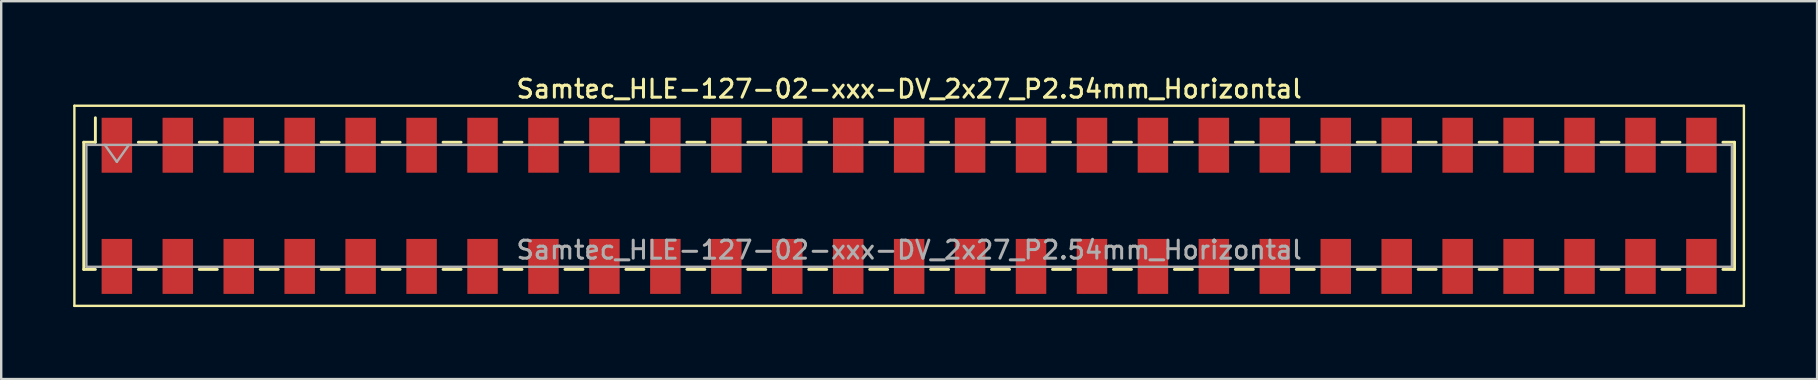
<source format=kicad_pcb>
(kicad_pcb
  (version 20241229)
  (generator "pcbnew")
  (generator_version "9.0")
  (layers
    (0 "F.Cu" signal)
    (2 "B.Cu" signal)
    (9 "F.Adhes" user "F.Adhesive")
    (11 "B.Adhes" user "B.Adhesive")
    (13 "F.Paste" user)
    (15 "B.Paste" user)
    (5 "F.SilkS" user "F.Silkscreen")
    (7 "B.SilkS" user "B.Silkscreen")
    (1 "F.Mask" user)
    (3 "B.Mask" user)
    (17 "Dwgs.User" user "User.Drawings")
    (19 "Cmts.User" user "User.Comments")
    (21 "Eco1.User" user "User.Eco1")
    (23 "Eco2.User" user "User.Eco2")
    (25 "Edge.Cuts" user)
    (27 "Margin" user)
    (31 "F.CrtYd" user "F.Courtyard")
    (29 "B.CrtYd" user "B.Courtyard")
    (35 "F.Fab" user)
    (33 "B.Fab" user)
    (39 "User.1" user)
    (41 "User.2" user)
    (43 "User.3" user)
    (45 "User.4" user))
  (footprint "Samtec_HLE-127-02-xxx-DV_2x27_P2.54mm_Horizontal"
    (layer "F.Cu")
    (at 34.84 5.528)
    (property "Reference" "Samtec_HLE-127-02-xxx-DV_2x27_P2.54mm_Horizontal" (at 0 -4.87 0) (layer "F.SilkS") (effects (font (size 0.75 0.75) (thickness 0.125))))
    (attr smd)
    (fp_line (start -34.79 -4.17) (end 34.79 -4.17) (stroke (width 0.1) (type solid)) (layer "F.SilkS"))
    (fp_line (start -34.79 4.17) (end -34.79 -4.17) (stroke (width 0.1) (type solid)) (layer "F.SilkS"))
    (fp_line (start -34.4 -2.65) (end -34.4 2.65) (stroke (width 0.12) (type solid)) (layer "F.SilkS"))
    (fp_line (start -34.4 2.65) (end -33.915 2.65) (stroke (width 0.12) (type solid)) (layer "F.SilkS"))
    (fp_line (start -33.915 -3.67) (end -33.915 -2.65) (stroke (width 0.12) (type solid)) (layer "F.SilkS"))
    (fp_line (start -33.915 -2.65) (end -34.4 -2.65) (stroke (width 0.12) (type solid)) (layer "F.SilkS"))
    (fp_line (start -32.125 -2.65) (end -31.375 -2.65) (stroke (width 0.12) (type solid)) (layer "F.SilkS"))
    (fp_line (start -32.125 2.65) (end -31.375 2.65) (stroke (width 0.12) (type solid)) (layer "F.SilkS"))
    (fp_line (start -29.585 -2.65) (end -28.835 -2.65) (stroke (width 0.12) (type solid)) (layer "F.SilkS"))
    (fp_line (start -29.585 2.65) (end -28.835 2.65) (stroke (width 0.12) (type solid)) (layer "F.SilkS"))
    (fp_line (start -27.045 -2.65) (end -26.295 -2.65) (stroke (width 0.12) (type solid)) (layer "F.SilkS"))
    (fp_line (start -27.045 2.65) (end -26.295 2.65) (stroke (width 0.12) (type solid)) (layer "F.SilkS"))
    (fp_line (start -24.505 -2.65) (end -23.755 -2.65) (stroke (width 0.12) (type solid)) (layer "F.SilkS"))
    (fp_line (start -24.505 2.65) (end -23.755 2.65) (stroke (width 0.12) (type solid)) (layer "F.SilkS"))
    (fp_line (start -21.965 -2.65) (end -21.215 -2.65) (stroke (width 0.12) (type solid)) (layer "F.SilkS"))
    (fp_line (start -21.965 2.65) (end -21.215 2.65) (stroke (width 0.12) (type solid)) (layer "F.SilkS"))
    (fp_line (start -19.425 -2.65) (end -18.675 -2.65) (stroke (width 0.12) (type solid)) (layer "F.SilkS"))
    (fp_line (start -19.425 2.65) (end -18.675 2.65) (stroke (width 0.12) (type solid)) (layer "F.SilkS"))
    (fp_line (start -16.885 -2.65) (end -16.135 -2.65) (stroke (width 0.12) (type solid)) (layer "F.SilkS"))
    (fp_line (start -16.885 2.65) (end -16.135 2.65) (stroke (width 0.12) (type solid)) (layer "F.SilkS"))
    (fp_line (start -14.345 -2.65) (end -13.595 -2.65) (stroke (width 0.12) (type solid)) (layer "F.SilkS"))
    (fp_line (start -14.345 2.65) (end -13.595 2.65) (stroke (width 0.12) (type solid)) (layer "F.SilkS"))
    (fp_line (start -11.805 -2.65) (end -11.055 -2.65) (stroke (width 0.12) (type solid)) (layer "F.SilkS"))
    (fp_line (start -11.805 2.65) (end -11.055 2.65) (stroke (width 0.12) (type solid)) (layer "F.SilkS"))
    (fp_line (start -9.265 -2.65) (end -8.515 -2.65) (stroke (width 0.12) (type solid)) (layer "F.SilkS"))
    (fp_line (start -9.265 2.65) (end -8.515 2.65) (stroke (width 0.12) (type solid)) (layer "F.SilkS"))
    (fp_line (start -6.725 -2.65) (end -5.975 -2.65) (stroke (width 0.12) (type solid)) (layer "F.SilkS"))
    (fp_line (start -6.725 2.65) (end -5.975 2.65) (stroke (width 0.12) (type solid)) (layer "F.SilkS"))
    (fp_line (start -4.185 -2.65) (end -3.435 -2.65) (stroke (width 0.12) (type solid)) (layer "F.SilkS"))
    (fp_line (start -4.185 2.65) (end -3.435 2.65) (stroke (width 0.12) (type solid)) (layer "F.SilkS"))
    (fp_line (start -1.645 -2.65) (end -0.895 -2.65) (stroke (width 0.12) (type solid)) (layer "F.SilkS"))
    (fp_line (start -1.645 2.65) (end -0.895 2.65) (stroke (width 0.12) (type solid)) (layer "F.SilkS"))
    (fp_line (start 0.895 -2.65) (end 1.645 -2.65) (stroke (width 0.12) (type solid)) (layer "F.SilkS"))
    (fp_line (start 0.895 2.65) (end 1.645 2.65) (stroke (width 0.12) (type solid)) (layer "F.SilkS"))
    (fp_line (start 3.435 -2.65) (end 4.185 -2.65) (stroke (width 0.12) (type solid)) (layer "F.SilkS"))
    (fp_line (start 3.435 2.65) (end 4.185 2.65) (stroke (width 0.12) (type solid)) (layer "F.SilkS"))
    (fp_line (start 5.975 -2.65) (end 6.725 -2.65) (stroke (width 0.12) (type solid)) (layer "F.SilkS"))
    (fp_line (start 5.975 2.65) (end 6.725 2.65) (stroke (width 0.12) (type solid)) (layer "F.SilkS"))
    (fp_line (start 8.515 -2.65) (end 9.265 -2.65) (stroke (width 0.12) (type solid)) (layer "F.SilkS"))
    (fp_line (start 8.515 2.65) (end 9.265 2.65) (stroke (width 0.12) (type solid)) (layer "F.SilkS"))
    (fp_line (start 11.055 -2.65) (end 11.805 -2.65) (stroke (width 0.12) (type solid)) (layer "F.SilkS"))
    (fp_line (start 11.055 2.65) (end 11.805 2.65) (stroke (width 0.12) (type solid)) (layer "F.SilkS"))
    (fp_line (start 13.595 -2.65) (end 14.345 -2.65) (stroke (width 0.12) (type solid)) (layer "F.SilkS"))
    (fp_line (start 13.595 2.65) (end 14.345 2.65) (stroke (width 0.12) (type solid)) (layer "F.SilkS"))
    (fp_line (start 16.135 -2.65) (end 16.885 -2.65) (stroke (width 0.12) (type solid)) (layer "F.SilkS"))
    (fp_line (start 16.135 2.65) (end 16.885 2.65) (stroke (width 0.12) (type solid)) (layer "F.SilkS"))
    (fp_line (start 18.675 -2.65) (end 19.425 -2.65) (stroke (width 0.12) (type solid)) (layer "F.SilkS"))
    (fp_line (start 18.675 2.65) (end 19.425 2.65) (stroke (width 0.12) (type solid)) (layer "F.SilkS"))
    (fp_line (start 21.215 -2.65) (end 21.965 -2.65) (stroke (width 0.12) (type solid)) (layer "F.SilkS"))
    (fp_line (start 21.215 2.65) (end 21.965 2.65) (stroke (width 0.12) (type solid)) (layer "F.SilkS"))
    (fp_line (start 23.755 -2.65) (end 24.505 -2.65) (stroke (width 0.12) (type solid)) (layer "F.SilkS"))
    (fp_line (start 23.755 2.65) (end 24.505 2.65) (stroke (width 0.12) (type solid)) (layer "F.SilkS"))
    (fp_line (start 26.295 -2.65) (end 27.045 -2.65) (stroke (width 0.12) (type solid)) (layer "F.SilkS"))
    (fp_line (start 26.295 2.65) (end 27.045 2.65) (stroke (width 0.12) (type solid)) (layer "F.SilkS"))
    (fp_line (start 28.835 -2.65) (end 29.585 -2.65) (stroke (width 0.12) (type solid)) (layer "F.SilkS"))
    (fp_line (start 28.835 2.65) (end 29.585 2.65) (stroke (width 0.12) (type solid)) (layer "F.SilkS"))
    (fp_line (start 31.375 -2.65) (end 32.125 -2.65) (stroke (width 0.12) (type solid)) (layer "F.SilkS"))
    (fp_line (start 31.375 2.65) (end 32.125 2.65) (stroke (width 0.12) (type solid)) (layer "F.SilkS"))
    (fp_line (start 33.915 -2.65) (end 34.4 -2.65) (stroke (width 0.12) (type solid)) (layer "F.SilkS"))
    (fp_line (start 34.4 -2.65) (end 34.4 2.65) (stroke (width 0.12) (type solid)) (layer "F.SilkS"))
    (fp_line (start 34.4 2.65) (end 33.915 2.65) (stroke (width 0.12) (type solid)) (layer "F.SilkS"))
    (fp_line (start 34.79 -4.17) (end 34.79 4.17) (stroke (width 0.1) (type solid)) (layer "F.SilkS"))
    (fp_line (start 34.79 4.17) (end -34.79 4.17) (stroke (width 0.1) (type solid)) (layer "F.SilkS"))
    (fp_line (start -34.29 -2.54) (end 34.29 -2.54) (stroke (width 0.1) (type solid)) (layer "F.Fab"))
    (fp_line (start -34.29 2.54) (end -34.29 -2.54) (stroke (width 0.1) (type solid)) (layer "F.Fab"))
    (fp_line (start -33.52 -2.54) (end -33.02 -1.833) (stroke (width 0.1) (type solid)) (layer "F.Fab"))
    (fp_line (start -33.02 -1.833) (end -32.52 -2.54) (stroke (width 0.1) (type solid)) (layer "F.Fab"))
    (fp_line (start 34.29 -2.54) (end 34.29 2.54) (stroke (width 0.1) (type solid)) (layer "F.Fab"))
    (fp_line (start 34.29 2.54) (end -34.29 2.54) (stroke (width 0.1) (type solid)) (layer "F.Fab"))
    (fp_text user "${REFERENCE}" (at 0 1.84 0) (layer "F.Fab") (effects (font (size 0.75 0.75) (thickness 0.125))))
    (pad "1" smd rect (at -33.02 -2.525) (size 1.27 2.29) (layers "F.Cu" "F.Mask" "F.Paste"))
    (pad "2" smd rect (at -33.02 2.525) (size 1.27 2.29) (layers "F.Cu" "F.Mask" "F.Paste"))
    (pad "3" smd rect (at -30.48 -2.525) (size 1.27 2.29) (layers "F.Cu" "F.Mask" "F.Paste"))
    (pad "4" smd rect (at -30.48 2.525) (size 1.27 2.29) (layers "F.Cu" "F.Mask" "F.Paste"))
    (pad "5" smd rect (at -27.94 -2.525) (size 1.27 2.29) (layers "F.Cu" "F.Mask" "F.Paste"))
    (pad "6" smd rect (at -27.94 2.525) (size 1.27 2.29) (layers "F.Cu" "F.Mask" "F.Paste"))
    (pad "7" smd rect (at -25.4 -2.525) (size 1.27 2.29) (layers "F.Cu" "F.Mask" "F.Paste"))
    (pad "8" smd rect (at -25.4 2.525) (size 1.27 2.29) (layers "F.Cu" "F.Mask" "F.Paste"))
    (pad "9" smd rect (at -22.86 -2.525) (size 1.27 2.29) (layers "F.Cu" "F.Mask" "F.Paste"))
    (pad "10" smd rect (at -22.86 2.525) (size 1.27 2.29) (layers "F.Cu" "F.Mask" "F.Paste"))
    (pad "11" smd rect (at -20.32 -2.525) (size 1.27 2.29) (layers "F.Cu" "F.Mask" "F.Paste"))
    (pad "12" smd rect (at -20.32 2.525) (size 1.27 2.29) (layers "F.Cu" "F.Mask" "F.Paste"))
    (pad "13" smd rect (at -17.78 -2.525) (size 1.27 2.29) (layers "F.Cu" "F.Mask" "F.Paste"))
    (pad "14" smd rect (at -17.78 2.525) (size 1.27 2.29) (layers "F.Cu" "F.Mask" "F.Paste"))
    (pad "15" smd rect (at -15.24 -2.525) (size 1.27 2.29) (layers "F.Cu" "F.Mask" "F.Paste"))
    (pad "16" smd rect (at -15.24 2.525) (size 1.27 2.29) (layers "F.Cu" "F.Mask" "F.Paste"))
    (pad "17" smd rect (at -12.7 -2.525) (size 1.27 2.29) (layers "F.Cu" "F.Mask" "F.Paste"))
    (pad "18" smd rect (at -12.7 2.525) (size 1.27 2.29) (layers "F.Cu" "F.Mask" "F.Paste"))
    (pad "19" smd rect (at -10.16 -2.525) (size 1.27 2.29) (layers "F.Cu" "F.Mask" "F.Paste"))
    (pad "20" smd rect (at -10.16 2.525) (size 1.27 2.29) (layers "F.Cu" "F.Mask" "F.Paste"))
    (pad "21" smd rect (at -7.62 -2.525) (size 1.27 2.29) (layers "F.Cu" "F.Mask" "F.Paste"))
    (pad "22" smd rect (at -7.62 2.525) (size 1.27 2.29) (layers "F.Cu" "F.Mask" "F.Paste"))
    (pad "23" smd rect (at -5.08 -2.525) (size 1.27 2.29) (layers "F.Cu" "F.Mask" "F.Paste"))
    (pad "24" smd rect (at -5.08 2.525) (size 1.27 2.29) (layers "F.Cu" "F.Mask" "F.Paste"))
    (pad "25" smd rect (at -2.54 -2.525) (size 1.27 2.29) (layers "F.Cu" "F.Mask" "F.Paste"))
    (pad "26" smd rect (at -2.54 2.525) (size 1.27 2.29) (layers "F.Cu" "F.Mask" "F.Paste"))
    (pad "27" smd rect (at 0 -2.525) (size 1.27 2.29) (layers "F.Cu" "F.Mask" "F.Paste"))
    (pad "28" smd rect (at 0 2.525) (size 1.27 2.29) (layers "F.Cu" "F.Mask" "F.Paste"))
    (pad "29" smd rect (at 2.54 -2.525) (size 1.27 2.29) (layers "F.Cu" "F.Mask" "F.Paste"))
    (pad "30" smd rect (at 2.54 2.525) (size 1.27 2.29) (layers "F.Cu" "F.Mask" "F.Paste"))
    (pad "31" smd rect (at 5.08 -2.525) (size 1.27 2.29) (layers "F.Cu" "F.Mask" "F.Paste"))
    (pad "32" smd rect (at 5.08 2.525) (size 1.27 2.29) (layers "F.Cu" "F.Mask" "F.Paste"))
    (pad "33" smd rect (at 7.62 -2.525) (size 1.27 2.29) (layers "F.Cu" "F.Mask" "F.Paste"))
    (pad "34" smd rect (at 7.62 2.525) (size 1.27 2.29) (layers "F.Cu" "F.Mask" "F.Paste"))
    (pad "35" smd rect (at 10.16 -2.525) (size 1.27 2.29) (layers "F.Cu" "F.Mask" "F.Paste"))
    (pad "36" smd rect (at 10.16 2.525) (size 1.27 2.29) (layers "F.Cu" "F.Mask" "F.Paste"))
    (pad "37" smd rect (at 12.7 -2.525) (size 1.27 2.29) (layers "F.Cu" "F.Mask" "F.Paste"))
    (pad "38" smd rect (at 12.7 2.525) (size 1.27 2.29) (layers "F.Cu" "F.Mask" "F.Paste"))
    (pad "39" smd rect (at 15.24 -2.525) (size 1.27 2.29) (layers "F.Cu" "F.Mask" "F.Paste"))
    (pad "40" smd rect (at 15.24 2.525) (size 1.27 2.29) (layers "F.Cu" "F.Mask" "F.Paste"))
    (pad "41" smd rect (at 17.78 -2.525) (size 1.27 2.29) (layers "F.Cu" "F.Mask" "F.Paste"))
    (pad "42" smd rect (at 17.78 2.525) (size 1.27 2.29) (layers "F.Cu" "F.Mask" "F.Paste"))
    (pad "43" smd rect (at 20.32 -2.525) (size 1.27 2.29) (layers "F.Cu" "F.Mask" "F.Paste"))
    (pad "44" smd rect (at 20.32 2.525) (size 1.27 2.29) (layers "F.Cu" "F.Mask" "F.Paste"))
    (pad "45" smd rect (at 22.86 -2.525) (size 1.27 2.29) (layers "F.Cu" "F.Mask" "F.Paste"))
    (pad "46" smd rect (at 22.86 2.525) (size 1.27 2.29) (layers "F.Cu" "F.Mask" "F.Paste"))
    (pad "47" smd rect (at 25.4 -2.525) (size 1.27 2.29) (layers "F.Cu" "F.Mask" "F.Paste"))
    (pad "48" smd rect (at 25.4 2.525) (size 1.27 2.29) (layers "F.Cu" "F.Mask" "F.Paste"))
    (pad "49" smd rect (at 27.94 -2.525) (size 1.27 2.29) (layers "F.Cu" "F.Mask" "F.Paste"))
    (pad "50" smd rect (at 27.94 2.525) (size 1.27 2.29) (layers "F.Cu" "F.Mask" "F.Paste"))
    (pad "51" smd rect (at 30.48 -2.525) (size 1.27 2.29) (layers "F.Cu" "F.Mask" "F.Paste"))
    (pad "52" smd rect (at 30.48 2.525) (size 1.27 2.29) (layers "F.Cu" "F.Mask" "F.Paste"))
    (pad "53" smd rect (at 33.02 -2.525) (size 1.27 2.29) (layers "F.Cu" "F.Mask" "F.Paste"))
    (pad "54" smd rect (at 33.02 2.525) (size 1.27 2.29) (layers "F.Cu" "F.Mask" "F.Paste")))
  (gr_rect
    (start -3 -3)
    (end 72.68 12.748)
    (stroke (width 0.1) (type default))
    (fill no)
    (layer "Edge.Cuts")))
</source>
